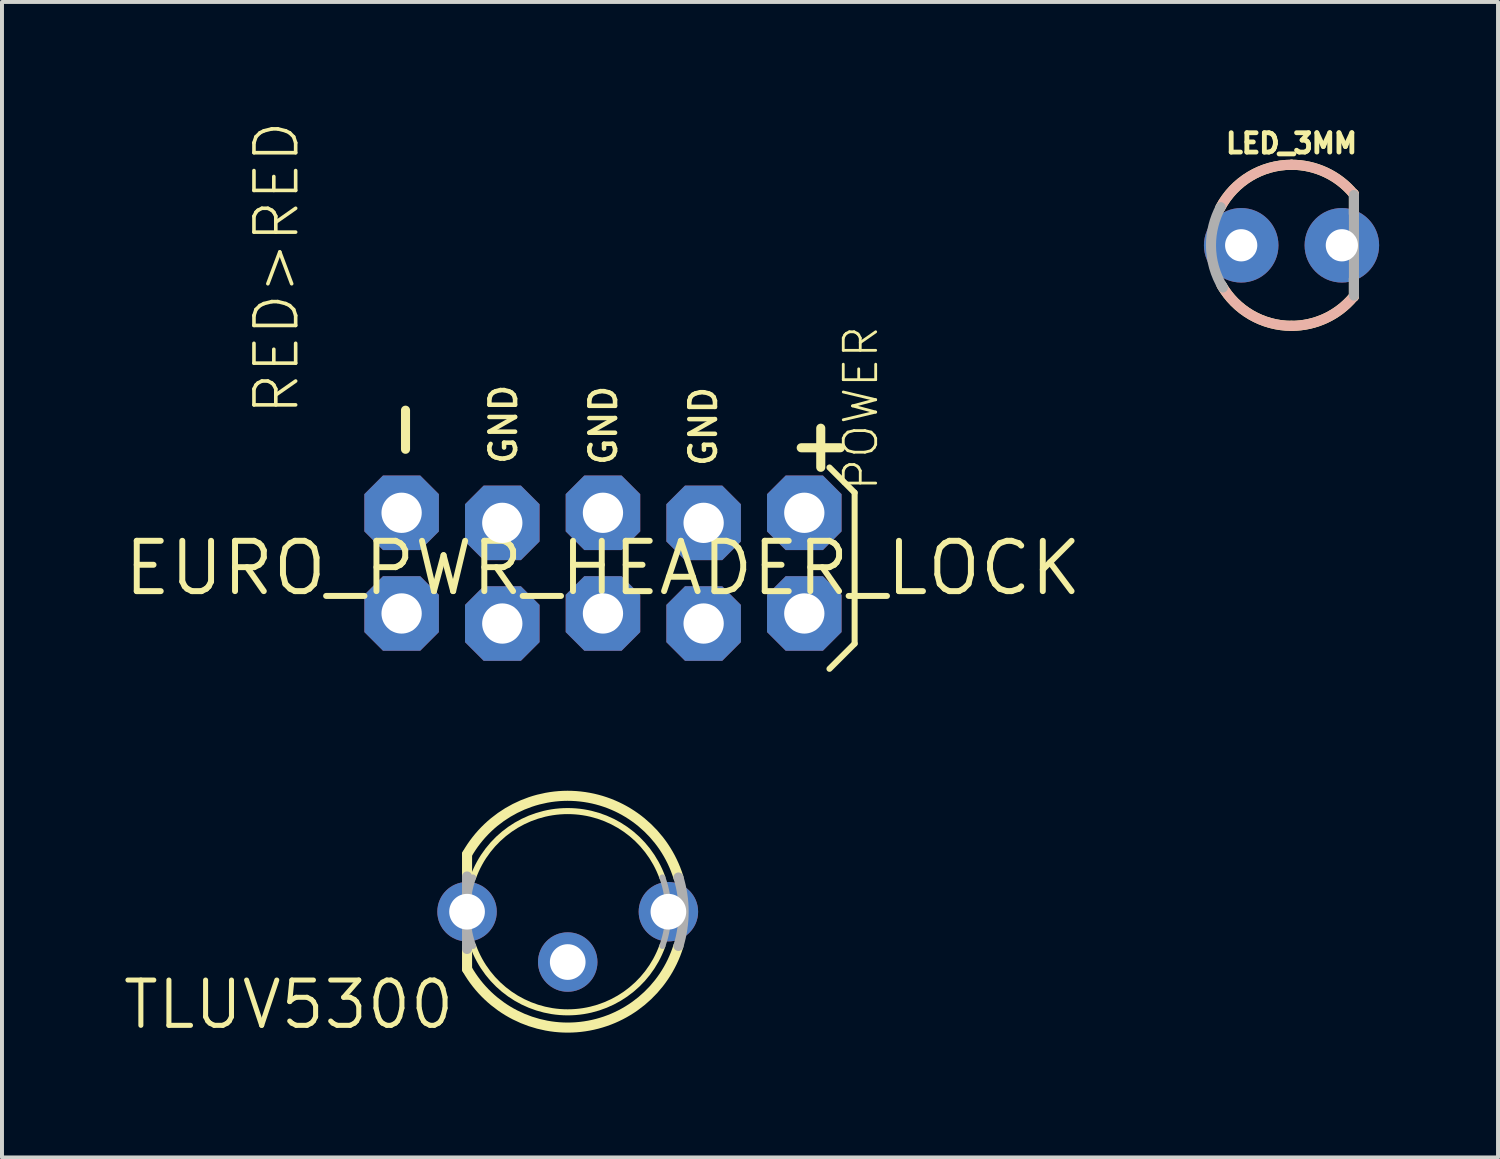
<source format=kicad_pcb>
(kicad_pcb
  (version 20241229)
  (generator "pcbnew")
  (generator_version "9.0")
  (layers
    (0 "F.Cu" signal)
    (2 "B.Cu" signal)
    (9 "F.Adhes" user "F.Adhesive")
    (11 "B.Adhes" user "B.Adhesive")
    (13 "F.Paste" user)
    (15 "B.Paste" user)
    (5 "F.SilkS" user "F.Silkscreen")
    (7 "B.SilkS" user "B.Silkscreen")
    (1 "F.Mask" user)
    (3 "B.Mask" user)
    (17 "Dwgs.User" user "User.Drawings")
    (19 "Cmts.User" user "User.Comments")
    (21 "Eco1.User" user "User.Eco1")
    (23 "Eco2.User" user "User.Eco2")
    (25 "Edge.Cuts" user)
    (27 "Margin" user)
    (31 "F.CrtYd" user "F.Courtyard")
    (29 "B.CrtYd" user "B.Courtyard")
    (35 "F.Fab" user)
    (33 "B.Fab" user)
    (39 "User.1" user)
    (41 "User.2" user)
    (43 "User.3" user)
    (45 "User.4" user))
  (footprint "LED_3MM"
    (layer "F.Cu")
    (at 29.536 3.139)
    (property "Reference" "LED_3MM" (at 0 -2.286 0) (layer "F.SilkS") (effects (font (size 0.488 0.488) (thickness 0.122)) (justify bottom)))
    (fp_line (start 1.575 -1.295) (end 1.575 -0.787) (stroke (width 0.254) (type solid)) (layer "F.SilkS"))
    (fp_line (start 1.575 1.295) (end 1.575 0.838) (stroke (width 0.254) (type solid)) (layer "F.SilkS"))
    (fp_arc (start -1.7929 -0.9562) (mid -1.045438 -1.7424) (end 0 -2.032) (stroke (width 0.254) (type solid)) (layer "F.SilkS"))
    (fp_arc (start 0 -2.032) (mid 0.861864 -1.840173) (end 1.561 -1.3009) (stroke (width 0.254) (type solid)) (layer "F.SilkS"))
    (fp_arc (start 0 2.032) (mid -1.019924 1.757525) (end -1.7643 1.0082) (stroke (width 0.254) (type solid)) (layer "F.SilkS"))
    (fp_arc (start 1.5512 1.3126) (mid 0.854953 1.843405) (end 0 2.032) (stroke (width 0.254) (type solid)) (layer "F.SilkS"))
    (fp_line (start 1.575 -1.295) (end 1.575 -0.787) (stroke (width 0.254) (type solid)) (layer "B.SilkS"))
    (fp_line (start 1.575 1.295) (end 1.575 0.838) (stroke (width 0.254) (type solid)) (layer "B.SilkS"))
    (fp_arc (start -1.7929 -0.9562) (mid -1.045438 -1.7424) (end 0 -2.032) (stroke (width 0.254) (type solid)) (layer "B.SilkS"))
    (fp_arc (start 0 -2.032) (mid 0.861864 -1.840173) (end 1.561 -1.3009) (stroke (width 0.254) (type solid)) (layer "B.SilkS"))
    (fp_arc (start 0 2.032) (mid -1.019924 1.757525) (end -1.7643 1.0082) (stroke (width 0.254) (type solid)) (layer "B.SilkS"))
    (fp_arc (start 1.5512 1.3126) (mid 0.854953 1.843405) (end 0 2.032) (stroke (width 0.254) (type solid)) (layer "B.SilkS"))
    (fp_line (start 1.575 1.27) (end 1.575 -1.27) (stroke (width 0.254) (type solid)) (layer "F.Fab"))
    (fp_arc (start -2.032 0) (mid -1.970339 -0.496775) (end -1.7891 -0.9634) (stroke (width 0.254) (type solid)) (layer "F.Fab"))
    (fp_arc (start -1.7306 1.065) (mid -1.95521 0.553417) (end -2.032 0) (stroke (width 0.254) (type solid)) (layer "F.Fab"))
    (pad "A" thru_hole circle (at -1.27 0) (size 1.88 1.88) (drill 0.813) (layers "*.Cu" "*.Mask"))
    (pad "K" thru_hole circle (at 1.27 0) (size 1.88 1.88) (drill 0.813) (layers "*.Cu" "*.Mask")))
  (footprint "EURO_PWR_HEADER_LOCK"
    (layer "F.Cu")
    (at 12.163 11.285)
    (property "Reference" "EURO_PWR_HEADER_LOCK" (at 0 0 0) (layer "F.SilkS") (effects (font (size 1.27 1.27) (thickness 0.15))))
    (fp_line (start 5.715 -2.54) (end 6.35 -1.905) (stroke (width 0.152) (type solid)) (layer "F.SilkS"))
    (fp_line (start 6.35 -1.905) (end 6.35 1.905) (stroke (width 0.152) (type solid)) (layer "F.SilkS"))
    (fp_line (start 6.35 1.905) (end 5.715 2.54) (stroke (width 0.152) (type solid)) (layer "F.SilkS"))
    (fp_poly (pts (xy -5.334 -1.016) (xy -4.826 -1.016) (xy -4.826 -1.524) (xy -5.334 -1.524)) (stroke (width 0.1) (type solid)) (fill no) (layer "F.Fab"))
    (fp_poly (pts (xy -5.334 1.524) (xy -4.826 1.524) (xy -4.826 1.016) (xy -5.334 1.016)) (stroke (width 0.1) (type solid)) (fill no) (layer "F.Fab"))
    (fp_poly (pts (xy -2.794 -1.016) (xy -2.286 -1.016) (xy -2.286 -1.524) (xy -2.794 -1.524)) (stroke (width 0.1) (type solid)) (fill no) (layer "F.Fab"))
    (fp_poly (pts (xy -2.794 1.524) (xy -2.286 1.524) (xy -2.286 1.016) (xy -2.794 1.016)) (stroke (width 0.1) (type solid)) (fill no) (layer "F.Fab"))
    (fp_poly (pts (xy -0.254 -1.016) (xy 0.254 -1.016) (xy 0.254 -1.524) (xy -0.254 -1.524)) (stroke (width 0.1) (type solid)) (fill no) (layer "F.Fab"))
    (fp_poly (pts (xy -0.254 1.524) (xy 0.254 1.524) (xy 0.254 1.016) (xy -0.254 1.016)) (stroke (width 0.1) (type solid)) (fill no) (layer "F.Fab"))
    (fp_poly (pts (xy 2.286 -1.016) (xy 2.794 -1.016) (xy 2.794 -1.524) (xy 2.286 -1.524)) (stroke (width 0.1) (type solid)) (fill no) (layer "F.Fab"))
    (fp_poly (pts (xy 2.286 1.524) (xy 2.794 1.524) (xy 2.794 1.016) (xy 2.286 1.016)) (stroke (width 0.1) (type solid)) (fill no) (layer "F.Fab"))
    (fp_poly (pts (xy 4.826 -1.016) (xy 5.334 -1.016) (xy 5.334 -1.524) (xy 4.826 -1.524)) (stroke (width 0.1) (type solid)) (fill no) (layer "F.Fab"))
    (fp_poly (pts (xy 4.826 1.524) (xy 5.334 1.524) (xy 5.334 1.016) (xy 4.826 1.016)) (stroke (width 0.1) (type solid)) (fill no) (layer "F.Fab"))
    (fp_text user "POWER" (at 6.985 -1.905 270) (layer "F.SilkS") (effects (font (size 0.818 0.818) (thickness 0.071)) (justify left bottom)))
    (fp_text user "RED>RED" (at -7.62 -3.81 270) (layer "F.SilkS") (effects (font (size 1.052 1.052) (thickness 0.091)) (justify left bottom)))
    (fp_text user "GND" (at 0.39 -2.54 90) (layer "F.SilkS") (effects (font (size 0.648 0.648) (thickness 0.114)) (justify left bottom)))
    (fp_text user "GND" (at -2.132 -2.567 90) (layer "F.SilkS") (effects (font (size 0.648 0.648) (thickness 0.114)) (justify left bottom)))
    (fp_text user "-" (at -4.318 -2.54 90) (layer "F.SilkS") (effects (font (size 1.295 1.295) (thickness 0.229)) (justify left bottom)))
    (fp_text user "GND" (at 2.911 -2.513 90) (layer "F.SilkS") (effects (font (size 0.648 0.648) (thickness 0.114)) (justify left bottom)))
    (fp_text user "+" (at 4.543 -2.374 0) (layer "F.SilkS") (effects (font (size 1.295 1.295) (thickness 0.229)) (justify left bottom)))
    (pad "GND1" thru_hole roundrect (at -2.54 -1.143) (size 1.88 1.88) (drill 1.016) (layers "*.Cu" "*.Mask") (roundrect_rratio 0.25) (chamfer_ratio 0.25) (chamfer top_left top_right bottom_left bottom_right))
    (pad "GND2" thru_hole roundrect (at -2.54 1.397) (size 1.88 1.88) (drill 1.016) (layers "*.Cu" "*.Mask") (roundrect_rratio 0.25) (chamfer_ratio 0.25) (chamfer top_left top_right bottom_left bottom_right))
    (pad "GND3" thru_hole roundrect (at 0 -1.397) (size 1.88 1.88) (drill 1.016) (layers "*.Cu" "*.Mask") (roundrect_rratio 0.25) (chamfer_ratio 0.25) (chamfer top_left top_right bottom_left bottom_right))
    (pad "GND4" thru_hole roundrect (at 0 1.143) (size 1.88 1.88) (drill 1.016) (layers "*.Cu" "*.Mask") (roundrect_rratio 0.25) (chamfer_ratio 0.25) (chamfer top_left top_right bottom_left bottom_right))
    (pad "GND5" thru_hole roundrect (at 2.54 -1.143) (size 1.88 1.88) (drill 1.016) (layers "*.Cu" "*.Mask") (roundrect_rratio 0.25) (chamfer_ratio 0.25) (chamfer top_left top_right bottom_left bottom_right))
    (pad "GND6" thru_hole roundrect (at 2.54 1.397) (size 1.88 1.88) (drill 1.016) (layers "*.Cu" "*.Mask") (roundrect_rratio 0.25) (chamfer_ratio 0.25) (chamfer top_left top_right bottom_left bottom_right))
    (pad "NEG1" thru_hole roundrect (at -5.08 -1.397) (size 1.88 1.88) (drill 1.016) (layers "*.Cu" "*.Mask") (roundrect_rratio 0.25) (chamfer_ratio 0.25) (chamfer top_left top_right bottom_left bottom_right))
    (pad "NEG2" thru_hole roundrect (at -5.08 1.143) (size 1.88 1.88) (drill 1.016) (layers "*.Cu" "*.Mask") (roundrect_rratio 0.25) (chamfer_ratio 0.25) (chamfer top_left top_right bottom_left bottom_right))
    (pad "POS1" thru_hole roundrect (at 5.08 -1.397) (size 1.88 1.88) (drill 1.016) (layers "*.Cu" "*.Mask") (roundrect_rratio 0.25) (chamfer_ratio 0.25) (chamfer top_left top_right bottom_left bottom_right))
    (pad "POS2" thru_hole roundrect (at 5.08 1.143) (size 1.88 1.88) (drill 1.016) (layers "*.Cu" "*.Mask") (roundrect_rratio 0.25) (chamfer_ratio 0.25) (chamfer top_left top_right bottom_left bottom_right)))
  (footprint "TLUV5300"
    (layer "F.Cu")
    (at 11.274 19.953)
    (property "Reference" "TLUV5300" (at -2.794 1.676 0) (layer "F.SilkS") (effects (font (size 1.143 1.143) (thickness 0.127)) (justify right top)))
    (fp_line (start -2.54 -0.889) (end -2.54 -1.448) (stroke (width 0.254) (type solid)) (layer "F.SilkS"))
    (fp_line (start -2.54 1.448) (end -2.54 0.889) (stroke (width 0.254) (type solid)) (layer "F.SilkS"))
    (fp_arc (start -2.540698 -1.448201) (mid 0.318535 -2.906916) (end 2.794 -0.8636) (stroke (width 0.254) (type solid)) (layer "F.SilkS"))
    (fp_arc (start -2.3876 -0.8636) (mid 0 -2.538984) (end 2.3876 -0.8636) (stroke (width 0.1524) (type solid)) (layer "F.SilkS"))
    (fp_arc (start 2.3876 0.8636) (mid 0 2.538984) (end -2.3876 0.8636) (stroke (width 0.1524) (type solid)) (layer "F.SilkS"))
    (fp_arc (start 2.7933 0.8634) (mid 0.3185 2.906455) (end -2.540001 1.447798) (stroke (width 0.254) (type solid)) (layer "F.SilkS"))
    (fp_line (start -2.54 0.94) (end -2.54 -0.889) (stroke (width 0.254) (type solid)) (layer "F.Fab"))
    (fp_arc (start -2.3876 0.8636) (mid -2.538984 0) (end -2.3876 -0.8636) (stroke (width 0.1524) (type solid)) (layer "F.Fab"))
    (fp_arc (start 2.3876 -0.8636) (mid 2.538984 0) (end 2.3876 0.8636) (stroke (width 0.1524) (type solid)) (layer "F.Fab"))
    (fp_arc (start 2.794 -0.8636) (mid 2.924421 0) (end 2.794 0.8636) (stroke (width 0.254) (type solid)) (layer "F.Fab"))
    (pad "AG" thru_hole circle (at 2.54 0 270) (size 1.5 1.5) (drill 0.9) (layers "*.Cu" "*.Mask"))
    (pad "AO" thru_hole circle (at -2.54 0 270) (size 1.5 1.5) (drill 0.9) (layers "*.Cu" "*.Mask"))
    (pad "CC" thru_hole circle (at 0 1.27 270) (size 1.5 1.5) (drill 0.9) (layers "*.Cu" "*.Mask")))
  (gr_rect
    (start -3 -3)
    (end 34.746 26.153)
    (stroke (width 0.1) (type default))
    (fill no)
    (layer "Edge.Cuts")))
</source>
